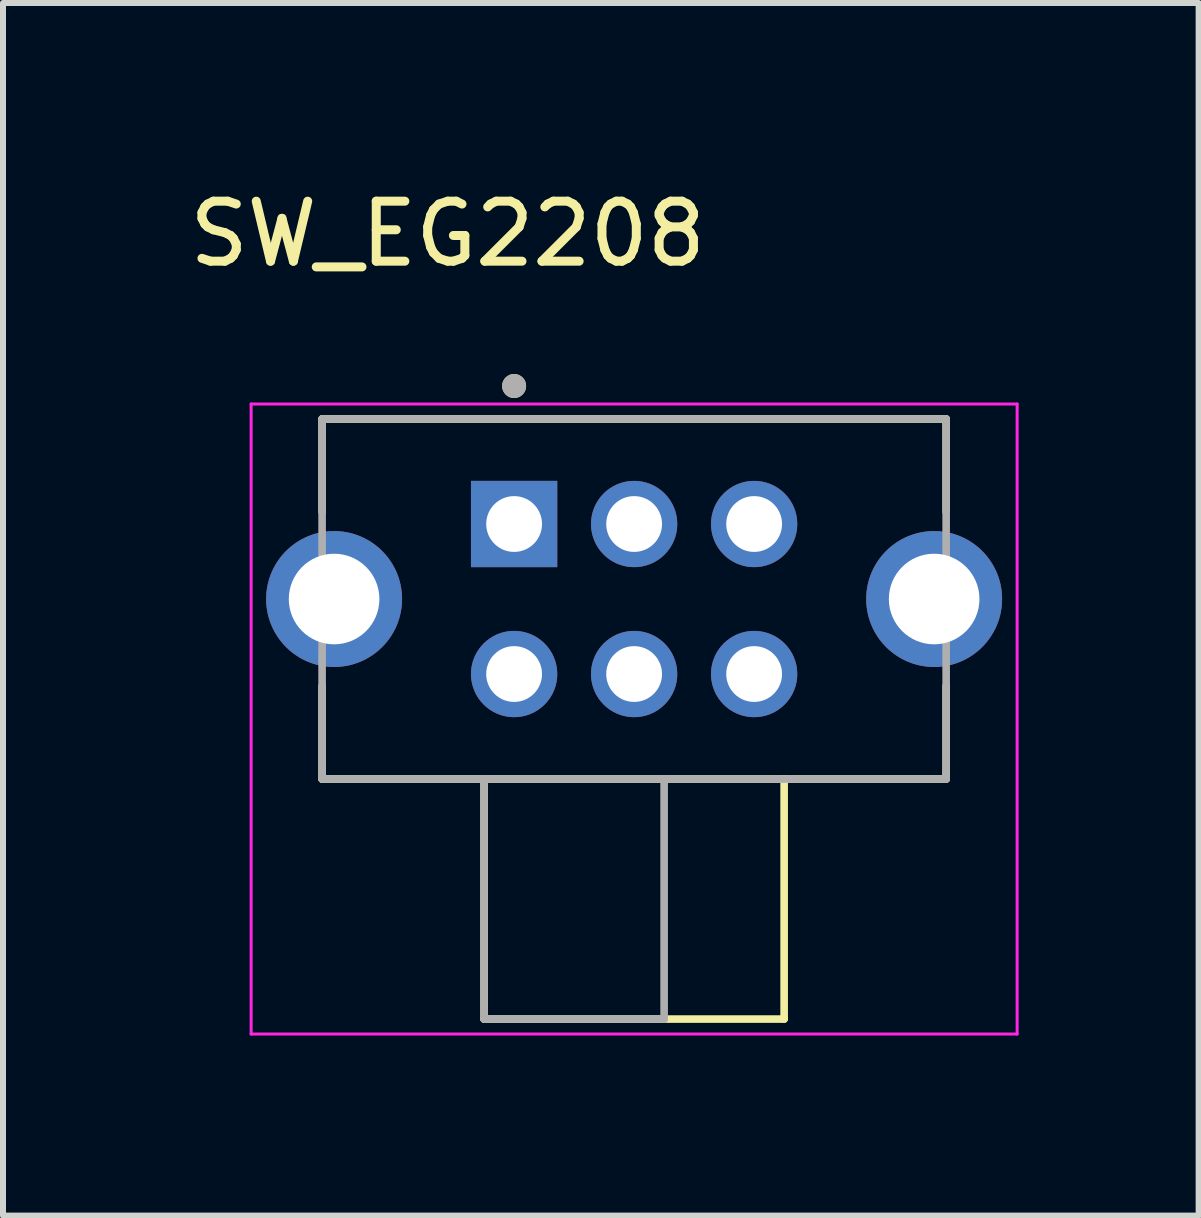
<source format=kicad_pcb>
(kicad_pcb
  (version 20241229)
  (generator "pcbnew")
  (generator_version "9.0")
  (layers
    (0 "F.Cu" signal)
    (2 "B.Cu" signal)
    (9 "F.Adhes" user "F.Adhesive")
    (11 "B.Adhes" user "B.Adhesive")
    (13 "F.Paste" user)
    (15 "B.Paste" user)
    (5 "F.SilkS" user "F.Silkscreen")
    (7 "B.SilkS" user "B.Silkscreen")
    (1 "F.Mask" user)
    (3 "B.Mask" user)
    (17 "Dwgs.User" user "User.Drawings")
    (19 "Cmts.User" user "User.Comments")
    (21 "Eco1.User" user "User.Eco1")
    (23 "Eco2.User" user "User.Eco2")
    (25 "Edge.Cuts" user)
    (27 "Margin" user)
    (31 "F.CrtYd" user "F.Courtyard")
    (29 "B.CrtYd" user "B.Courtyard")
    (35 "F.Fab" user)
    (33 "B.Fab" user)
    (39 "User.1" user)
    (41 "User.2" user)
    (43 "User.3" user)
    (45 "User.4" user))
  (footprint "SW_EG2208"
    (layer "F.Cu")
    (at 7.518 6.933)
    (property "Reference" "SW_EG2208" (at -3.107 -6.085 0) (layer "F.SilkS") (effects (font (size 1 1) (thickness 0.15))))
    (attr through_hole)
    (fp_line (start -5.2 -3) (end -5.2 -1.452) (stroke (width 0.127) (type solid)) (layer "F.SilkS"))
    (fp_line (start -5.2 3) (end -5.2 1.452) (stroke (width 0.127) (type solid)) (layer "F.SilkS"))
    (fp_line (start -5.2 3) (end -2.5 3) (stroke (width 0.127) (type solid)) (layer "F.SilkS"))
    (fp_line (start -2.5 3) (end -2.5 7) (stroke (width 0.127) (type solid)) (layer "F.SilkS"))
    (fp_line (start -2.5 3) (end 2.5 3) (stroke (width 0.127) (type solid)) (layer "F.SilkS"))
    (fp_line (start -2.5 7) (end 2.5 7) (stroke (width 0.127) (type solid)) (layer "F.SilkS"))
    (fp_line (start 2.5 3) (end 5.2 3) (stroke (width 0.127) (type solid)) (layer "F.SilkS"))
    (fp_line (start 2.5 7) (end 2.5 3) (stroke (width 0.127) (type solid)) (layer "F.SilkS"))
    (fp_line (start 5.2 -3) (end -5.2 -3) (stroke (width 0.127) (type solid)) (layer "F.SilkS"))
    (fp_line (start 5.2 -1.452) (end 5.2 -3) (stroke (width 0.127) (type solid)) (layer "F.SilkS"))
    (fp_line (start 5.2 3) (end 5.2 1.452) (stroke (width 0.127) (type solid)) (layer "F.SilkS"))
    (fp_circle (center -2 -3.55) (end -1.9 -3.55) (stroke (width 0.2) (type solid)) (fill no) (layer "F.SilkS"))
    (fp_line (start -6.383 -3.25) (end -6.383 7.25) (stroke (width 0.05) (type solid)) (layer "F.CrtYd"))
    (fp_line (start -6.383 7.25) (end 6.383 7.25) (stroke (width 0.05) (type solid)) (layer "F.CrtYd"))
    (fp_line (start 6.383 -3.25) (end -6.383 -3.25) (stroke (width 0.05) (type solid)) (layer "F.CrtYd"))
    (fp_line (start 6.383 7.25) (end 6.383 -3.25) (stroke (width 0.05) (type solid)) (layer "F.CrtYd"))
    (fp_line (start -5.2 -3) (end -5.2 3) (stroke (width 0.127) (type solid)) (layer "F.Fab"))
    (fp_line (start -5.2 3) (end -2.5 3) (stroke (width 0.127) (type solid)) (layer "F.Fab"))
    (fp_line (start -2.5 3) (end -2.5 7) (stroke (width 0.127) (type solid)) (layer "F.Fab"))
    (fp_line (start -2.5 3) (end 0.5 3) (stroke (width 0.127) (type solid)) (layer "F.Fab"))
    (fp_line (start -2.5 7) (end 0.5 7) (stroke (width 0.127) (type solid)) (layer "F.Fab"))
    (fp_line (start 0.5 3) (end 5.2 3) (stroke (width 0.127) (type solid)) (layer "F.Fab"))
    (fp_line (start 0.5 7) (end 0.5 3) (stroke (width 0.127) (type solid)) (layer "F.Fab"))
    (fp_line (start 5.2 -3) (end -5.2 -3) (stroke (width 0.127) (type solid)) (layer "F.Fab"))
    (fp_line (start 5.2 3) (end 5.2 -3) (stroke (width 0.127) (type solid)) (layer "F.Fab"))
    (fp_circle (center -2 -3.55) (end -1.9 -3.55) (stroke (width 0.2) (type solid)) (fill no) (layer "F.Fab"))
    (pad "1" thru_hole rect (at -2 -1.25) (size 1.438 1.438) (drill 0.93) (layers "*.Cu" "*.Mask"))
    (pad "2" thru_hole circle (at 0 -1.25) (size 1.438 1.438) (drill 0.93) (layers "*.Cu" "*.Mask"))
    (pad "3" thru_hole circle (at 2 -1.25) (size 1.438 1.438) (drill 0.93) (layers "*.Cu" "*.Mask"))
    (pad "4" thru_hole circle (at -2 1.25) (size 1.438 1.438) (drill 0.93) (layers "*.Cu" "*.Mask"))
    (pad "5" thru_hole circle (at 0 1.25) (size 1.438 1.438) (drill 0.93) (layers "*.Cu" "*.Mask"))
    (pad "6" thru_hole circle (at 2 1.25) (size 1.438 1.438) (drill 0.93) (layers "*.Cu" "*.Mask"))
    (pad "S1" thru_hole circle (at -5 0) (size 2.265 2.265) (drill 1.51) (layers "*.Cu" "*.Mask"))
    (pad "S2" thru_hole circle (at 5 0) (size 2.265 2.265) (drill 1.51) (layers "*.Cu" "*.Mask")))
  (gr_rect
    (start -3 -3)
    (end 16.926 17.208)
    (stroke (width 0.1) (type default))
    (fill no)
    (layer "Edge.Cuts")))
</source>
